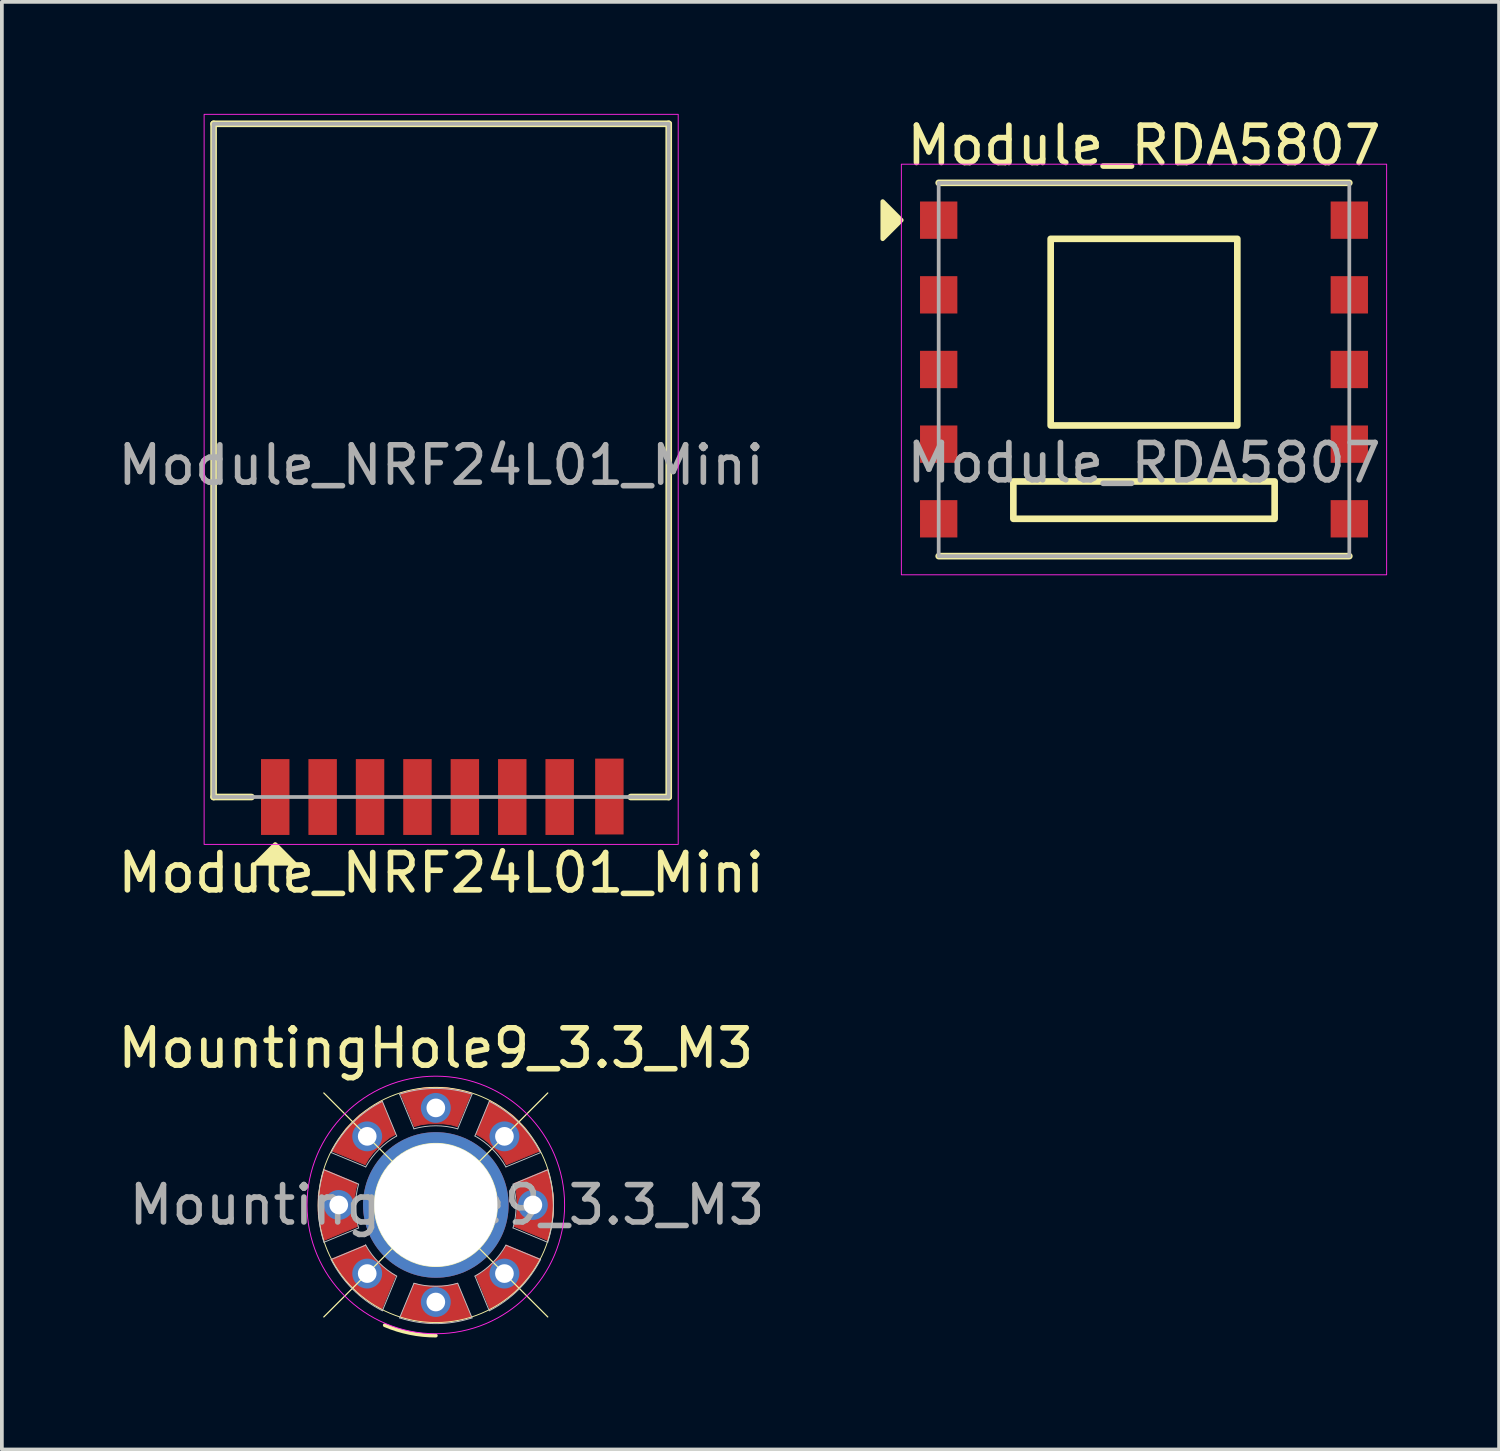
<source format=kicad_pcb>
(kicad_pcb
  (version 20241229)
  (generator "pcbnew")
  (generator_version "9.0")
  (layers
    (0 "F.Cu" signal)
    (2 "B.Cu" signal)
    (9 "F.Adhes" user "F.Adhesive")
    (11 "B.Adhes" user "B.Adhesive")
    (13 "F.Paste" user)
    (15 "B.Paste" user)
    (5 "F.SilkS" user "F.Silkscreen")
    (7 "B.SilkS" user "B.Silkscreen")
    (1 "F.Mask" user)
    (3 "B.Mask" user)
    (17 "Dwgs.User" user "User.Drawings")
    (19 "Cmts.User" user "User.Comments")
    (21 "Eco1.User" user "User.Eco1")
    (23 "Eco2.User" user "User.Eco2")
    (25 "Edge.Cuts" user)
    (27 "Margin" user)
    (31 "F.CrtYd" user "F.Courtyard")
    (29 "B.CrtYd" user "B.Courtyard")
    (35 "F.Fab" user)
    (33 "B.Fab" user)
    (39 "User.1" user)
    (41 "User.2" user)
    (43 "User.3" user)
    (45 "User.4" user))
  (footprint "MountingHole9_3.3_M3"
    (layer "F.Cu")
    (at 8.625 29.229)
    (property "Reference" "MountingHole9_3.3_M3" (at 0 -4.2 0) (layer "F.SilkS") (effects (font (size 1 1) (thickness 0.15))))
    (attr through_hole)
    (fp_poly (pts (xy -2.1 -0.575) (xy -2.15 -0.4) (xy -2.175 -0.2) (xy -2.175 0.2) (xy -2.15 0.4) (xy -2.1 0.575) (xy -3 0.95) (xy -3.05 0.75) (xy -3.15 0.25) (xy -3.15 -0.25) (xy -3.05 -0.75) (xy -3 -0.95)) (stroke (width 0.025) (type solid)) (fill yes) (layer "F.Cu"))
    (fp_poly (pts (xy -1.892 1.078) (xy -1.803 1.237) (xy -1.679 1.397) (xy -1.397 1.679) (xy -1.237 1.803) (xy -1.078 1.892) (xy -1.45 2.793) (xy -1.626 2.687) (xy -2.051 2.404) (xy -2.404 2.051) (xy -2.687 1.626) (xy -2.793 1.45)) (stroke (width 0.025) (type solid)) (fill yes) (layer "F.Cu"))
    (fp_poly (pts (xy -1.078 -1.892) (xy -1.237 -1.803) (xy -1.397 -1.679) (xy -1.679 -1.397) (xy -1.803 -1.237) (xy -1.892 -1.078) (xy -2.793 -1.45) (xy -2.687 -1.626) (xy -2.404 -2.051) (xy -2.051 -2.404) (xy -1.626 -2.687) (xy -1.45 -2.793)) (stroke (width 0.025) (type solid)) (fill yes) (layer "F.Cu"))
    (fp_poly (pts (xy -0.575 2.1) (xy -0.4 2.15) (xy -0.2 2.175) (xy 0.2 2.175) (xy 0.4 2.15) (xy 0.575 2.1) (xy 0.95 3) (xy 0.75 3.05) (xy 0.25 3.15) (xy -0.25 3.15) (xy -0.75 3.05) (xy -0.95 3)) (stroke (width 0.025) (type solid)) (fill yes) (layer "F.Cu"))
    (fp_poly (pts (xy 0.575 -2.1) (xy 0.4 -2.15) (xy 0.2 -2.175) (xy -0.2 -2.175) (xy -0.4 -2.15) (xy -0.575 -2.1) (xy -0.95 -3) (xy -0.75 -3.05) (xy -0.25 -3.15) (xy 0.25 -3.15) (xy 0.75 -3.05) (xy 0.95 -3)) (stroke (width 0.025) (type solid)) (fill yes) (layer "F.Cu"))
    (fp_poly (pts (xy 1.078 1.892) (xy 1.237 1.803) (xy 1.397 1.679) (xy 1.679 1.397) (xy 1.803 1.237) (xy 1.892 1.078) (xy 2.793 1.45) (xy 2.687 1.626) (xy 2.404 2.051) (xy 2.051 2.404) (xy 1.626 2.687) (xy 1.45 2.793)) (stroke (width 0.025) (type solid)) (fill yes) (layer "F.Cu"))
    (fp_poly (pts (xy 1.892 -1.078) (xy 1.803 -1.237) (xy 1.679 -1.397) (xy 1.397 -1.679) (xy 1.237 -1.803) (xy 1.078 -1.892) (xy 1.45 -2.793) (xy 1.626 -2.687) (xy 2.051 -2.404) (xy 2.404 -2.051) (xy 2.687 -1.626) (xy 2.793 -1.45)) (stroke (width 0.025) (type solid)) (fill yes) (layer "F.Cu"))
    (fp_poly (pts (xy 2.1 0.575) (xy 2.15 0.4) (xy 2.175 0.2) (xy 2.175 -0.2) (xy 2.15 -0.4) (xy 2.1 -0.575) (xy 3 -0.95) (xy 3.05 -0.75) (xy 3.15 -0.25) (xy 3.15 0.25) (xy 3.05 0.75) (xy 3 0.95)) (stroke (width 0.025) (type solid)) (fill yes) (layer "F.Cu"))
    (fp_poly (pts (xy -0.6 2.1) (xy -0.4 2.15) (xy -0.2 2.175) (xy 0.2 2.175) (xy 0.4 2.15) (xy 0.575 2.1) (xy 0.95 3) (xy 0.75 3.05) (xy 0.25 3.15) (xy -0.25 3.15) (xy -0.75 3.05) (xy -0.95 3)) (stroke (width 0.025) (type solid)) (fill yes) (layer "F.Mask"))
    (fp_line (start -3 -3) (end 3 3) (stroke (width 0.025) (type default)) (layer "F.SilkS"))
    (fp_line (start -3 3) (end 3 -3) (stroke (width 0.025) (type default)) (layer "F.SilkS"))
    (fp_line (start -3 3) (end 3 -3) (stroke (width 0.025) (type default)) (layer "F.SilkS"))
    (fp_line (start 3 3) (end -3 -3) (stroke (width 0.025) (type default)) (layer "F.SilkS"))
    (fp_arc (start 0 3.5) (mid -0.697788 3.429736) (end -1.367559 3.221767) (stroke (width 0.1) (type default)) (layer "F.SilkS"))
    (fp_circle (center 0 0) (end 1.65 0) (stroke (width 0.025) (type default)) (fill no) (layer "F.SilkS"))
    (fp_circle (center 0 0) (end 3.15 0) (stroke (width 0.025) (type default)) (fill no) (layer "F.SilkS"))
    (fp_line (start -2.997 1) (end -2.068 0.616) (stroke (width 0.025) (type default)) (layer "Dwgs.User"))
    (fp_line (start -2.997 -0.942) (end -2.068 -0.557) (stroke (width 0.025) (type default)) (layer "Dwgs.User"))
    (fp_line (start -2.805 -1.403) (end -1.877 -1.019) (stroke (width 0.025) (type default)) (layer "Dwgs.User"))
    (fp_line (start -2.805 1.462) (end -1.877 1.077) (stroke (width 0.025) (type default)) (layer "Dwgs.User"))
    (fp_line (start -1.432 -2.776) (end -1.048 -1.848) (stroke (width 0.025) (type default)) (layer "Dwgs.User"))
    (fp_line (start -1.432 2.835) (end -1.048 1.906) (stroke (width 0.025) (type default)) (layer "Dwgs.User"))
    (fp_line (start -0.971 -2.968) (end -0.586 -2.039) (stroke (width 0.025) (type default)) (layer "Dwgs.User"))
    (fp_line (start -0.971 3.026) (end -0.586 2.098) (stroke (width 0.025) (type default)) (layer "Dwgs.User"))
    (fp_line (start 0.971 -2.968) (end 0.586 -2.039) (stroke (width 0.025) (type default)) (layer "Dwgs.User"))
    (fp_line (start 0.971 3.026) (end 0.586 2.098) (stroke (width 0.025) (type default)) (layer "Dwgs.User"))
    (fp_line (start 1.048 1.906) (end 1.432 2.835) (stroke (width 0.025) (type default)) (layer "Dwgs.User"))
    (fp_line (start 1.432 -2.776) (end 1.048 -1.848) (stroke (width 0.025) (type default)) (layer "Dwgs.User"))
    (fp_line (start 1.877 1.077) (end 2.806 1.462) (stroke (width 0.025) (type default)) (layer "Dwgs.User"))
    (fp_line (start 2.069 0.616) (end 2.997 1) (stroke (width 0.025) (type default)) (layer "Dwgs.User"))
    (fp_line (start 2.806 -1.403) (end 1.877 -1.019) (stroke (width 0.025) (type default)) (layer "Dwgs.User"))
    (fp_line (start 2.997 -0.942) (end 2.069 -0.557) (stroke (width 0.025) (type default)) (layer "Dwgs.User"))
    (fp_arc (start -2.9966 1) (mid -3.14995 0.029131) (end -2.996599 -0.941737) (stroke (width 0.0254) (type default)) (layer "Dwgs.User"))
    (fp_arc (start -2.805407 -1.403312) (mid -2.227337 -2.198256) (end -1.432392 -2.776324) (stroke (width 0.0254) (type default)) (layer "Dwgs.User"))
    (fp_arc (start -2.068432 0.615541) (mid -2.149949 0.029132) (end -2.068433 -0.557277) (stroke (width 0.0254) (type default)) (layer "Dwgs.User"))
    (fp_arc (start -1.877242 -1.018853) (mid -1.520229 -1.491148) (end -1.047934 -1.848161) (stroke (width 0.0254) (type default)) (layer "Dwgs.User"))
    (fp_arc (start -1.432379 2.834597) (mid -2.227331 2.256524) (end -2.805407 1.461575) (stroke (width 0.0254) (type default)) (layer "Dwgs.User"))
    (fp_arc (start -1.04792 1.906432) (mid -1.524773 1.544852) (end -1.883488 1.065841) (stroke (width 0.0254) (type default)) (layer "Dwgs.User"))
    (fp_arc (start -0.970818 -2.967518) (mid 0.00005 -3.120868) (end 0.970918 -2.967517) (stroke (width 0.0254) (type default)) (layer "Dwgs.User"))
    (fp_arc (start -0.586358 -2.039352) (mid 0.000051 -2.120868) (end 0.58646 -2.039352) (stroke (width 0.0254) (type default)) (layer "Dwgs.User"))
    (fp_arc (start 0.586459 2.097613) (mid 0.000059 2.179132) (end -0.586342 2.097617) (stroke (width 0.0254) (type default)) (layer "Dwgs.User"))
    (fp_arc (start 0.970918 3.025781) (mid 0.000058 3.179133) (end -0.970802 3.025784) (stroke (width 0.0254) (type default)) (layer "Dwgs.User"))
    (fp_arc (start 1.048036 -1.848161) (mid 1.52033 -1.491148) (end 1.877343 -1.018853) (stroke (width 0.0254) (type default)) (layer "Dwgs.User"))
    (fp_arc (start 1.432495 -2.776327) (mid 2.227436 -2.198255) (end 2.805506 -1.403312) (stroke (width 0.0254) (type default)) (layer "Dwgs.User"))
    (fp_arc (start 1.877342 1.077116) (mid 1.520331 1.549411) (end 1.048035 1.906422) (stroke (width 0.0254) (type default)) (layer "Dwgs.User"))
    (fp_arc (start 2.068534 -0.557277) (mid 2.150051 0.029132) (end 2.068533 0.615541) (stroke (width 0.0254) (type default)) (layer "Dwgs.User"))
    (fp_arc (start 2.80551 1.461576) (mid 2.227438 2.256518) (end 1.432495 2.83459) (stroke (width 0.0254) (type default)) (layer "Dwgs.User"))
    (fp_arc (start 2.9967 -0.941736) (mid 3.150051 0.029132) (end 2.9967 1) (stroke (width 0.0254) (type default)) (layer "Dwgs.User"))
    (fp_circle (center 0 0) (end 3.45 0) (stroke (width 0.025) (type solid)) (fill no) (layer "F.CrtYd"))
    (fp_text user "${REFERENCE}" (at 0.3 0 0) (layer "F.Fab") (effects (font (size 1 1) (thickness 0.15))))
    (pad "1" thru_hole circle (at 0 0) (size 3.9 3.9) (drill 3.3) (layers "*.Cu" "*.Mask"))
    (pad "1" thru_hole circle (at 0 2.6) (size 0.8 0.8) (drill 0.5) (layers "*.Cu" "*.Mask"))
    (pad "3" thru_hole circle (at 1.838 1.838) (size 0.8 0.8) (drill 0.5) (layers "*.Cu" "*.Mask"))
    (pad "5" thru_hole circle (at 2.6 0) (size 0.8 0.8) (drill 0.5) (layers "*.Cu" "*.Mask"))
    (pad "7" thru_hole circle (at 1.838 -1.838) (size 0.8 0.8) (drill 0.5) (layers "*.Cu" "*.Mask"))
    (pad "9" thru_hole circle (at 0 -2.6) (size 0.8 0.8) (drill 0.5) (layers "*.Cu" "*.Mask"))
    (pad "11" thru_hole circle (at -1.838 -1.838) (size 0.8 0.8) (drill 0.5) (layers "*.Cu" "*.Mask"))
    (pad "13" thru_hole circle (at -2.6 0) (size 0.8 0.8) (drill 0.5) (layers "*.Cu" "*.Mask"))
    (pad "15" thru_hole circle (at -1.838 1.838) (size 0.8 0.8) (drill 0.5) (layers "*.Cu" "*.Mask")))
  (footprint "Module_NRF24L01_Mini"
    (layer "F.Cu")
    (at 8.768 18.301)
    (property "Reference" "Module_NRF24L01_Mini" (at 0 2.032 0) (unlocked yes) (layer "F.SilkS") (effects (font (size 1 1) (thickness 0.15))))
    (attr smd)
    (fp_line (start -6.096 -18.034) (end -6.096 0) (stroke (width 0.178) (type solid)) (layer "F.SilkS"))
    (fp_line (start -6.096 0) (end -5.08 0) (stroke (width 0.178) (type solid)) (layer "F.SilkS"))
    (fp_line (start 6.096 -18.034) (end -6.096 -18.034) (stroke (width 0.178) (type solid)) (layer "F.SilkS"))
    (fp_line (start 6.096 -18.034) (end 6.096 0) (stroke (width 0.178) (type solid)) (layer "F.SilkS"))
    (fp_line (start 6.096 0) (end 5.08 0) (stroke (width 0.178) (type solid)) (layer "F.SilkS"))
    (fp_poly (pts (xy -3.937 1.778) (xy -4.953 1.778) (xy -4.445 1.27)) (stroke (width 0.12) (type solid)) (fill yes) (layer "F.SilkS"))
    (fp_rect (start -6.35 -18.288) (end 6.35 1.27) (stroke (width 0.025) (type solid)) (fill no) (layer "F.CrtYd"))
    (fp_rect (start -6.096 0) (end 6.096 -18.034) (stroke (width 0.1) (type solid)) (fill no) (layer "F.Fab"))
    (fp_text user "${REFERENCE}" (at 0 -8.89 0) (unlocked yes) (layer "F.Fab") (effects (font (size 1 1) (thickness 0.15))))
    (pad "1" smd rect (at -4.445 0) (size 0.762 2.032) (layers "F.Cu" "F.Mask" "F.Paste"))
    (pad "2" smd rect (at -3.175 0) (size 0.762 2.032) (layers "F.Cu" "F.Mask" "F.Paste"))
    (pad "3" smd rect (at -1.905 0) (size 0.762 2.032) (layers "F.Cu" "F.Mask" "F.Paste"))
    (pad "4" smd rect (at -0.635 0) (size 0.762 2.032) (layers "F.Cu" "F.Mask" "F.Paste"))
    (pad "5" smd rect (at 0.635 0) (size 0.762 2.032) (layers "F.Cu" "F.Mask" "F.Paste"))
    (pad "6" smd rect (at 1.905 0) (size 0.762 2.032) (layers "F.Cu" "F.Mask" "F.Paste"))
    (pad "7" smd rect (at 3.175 0) (size 0.762 2.032) (layers "F.Cu" "F.Mask" "F.Paste"))
    (pad "8" smd rect (at 4.506 -0.013) (size 0.762 2.032) (layers "F.Cu" "F.Mask" "F.Paste")))
  (footprint "Module_RDA5807"
    (layer "F.Cu")
    (at 27.596 6.848)
    (property "Reference" "Module_RDA5807" (at 0 -6 0) (unlocked yes) (layer "F.SilkS") (effects (font (size 1 1) (thickness 0.15))))
    (attr smd)
    (fp_line (start -5.5 -5) (end 5.5 -5) (stroke (width 0.178) (type solid)) (layer "F.SilkS"))
    (fp_line (start -5.5 5) (end 5.5 5) (stroke (width 0.178) (type solid)) (layer "F.SilkS"))
    (fp_rect (start -3.5 3) (end 3.5 4) (stroke (width 0.178) (type solid)) (fill no) (layer "F.SilkS"))
    (fp_rect (start -2.5 -3.5) (end 2.5 1.5) (stroke (width 0.178) (type solid)) (fill no) (layer "F.SilkS"))
    (fp_poly (pts (xy -6.5 -4) (xy -7 -3.5) (xy -7 -4.5)) (stroke (width 0.12) (type solid)) (fill yes) (layer "F.SilkS"))
    (fp_rect (start -6.5 -5.5) (end 6.5 5.5) (stroke (width 0.025) (type solid)) (fill no) (layer "F.CrtYd"))
    (fp_rect (start -5.5 -5) (end 5.5 5) (stroke (width 0.1) (type solid)) (fill no) (layer "F.Fab"))
    (fp_text user "${REFERENCE}" (at 0 2.5 0) (unlocked yes) (layer "F.Fab") (effects (font (size 1 1) (thickness 0.15))))
    (pad "1" smd rect (at -5.5 -4) (size 1 1) (layers "F.Cu" "F.Mask" "F.Paste"))
    (pad "2" smd rect (at -5.5 -2) (size 1 1) (layers "F.Cu" "F.Mask" "F.Paste"))
    (pad "3" smd rect (at -5.5 0) (size 1 1) (layers "F.Cu" "F.Mask" "F.Paste"))
    (pad "4" smd rect (at -5.5 2) (size 1 1) (layers "F.Cu" "F.Mask" "F.Paste"))
    (pad "5" smd rect (at -5.5 4) (size 1 1) (layers "F.Cu" "F.Mask" "F.Paste"))
    (pad "6" smd rect (at 5.5 4) (size 1 1) (layers "F.Cu" "F.Mask" "F.Paste"))
    (pad "7" smd rect (at 5.5 2) (size 1 1) (layers "F.Cu" "F.Mask" "F.Paste"))
    (pad "8" smd rect (at 5.5 0) (size 1 1) (layers "F.Cu" "F.Mask" "F.Paste"))
    (pad "9" smd rect (at 5.5 -2) (size 1 1) (layers "F.Cu" "F.Mask" "F.Paste"))
    (pad "10" smd rect (at 5.5 -4) (size 1 1) (layers "F.Cu" "F.Mask" "F.Paste")))
  (gr_rect
    (start -3 -3)
    (end 37.108 35.779)
    (stroke (width 0.1) (type default))
    (fill no)
    (layer "Edge.Cuts")))
</source>
